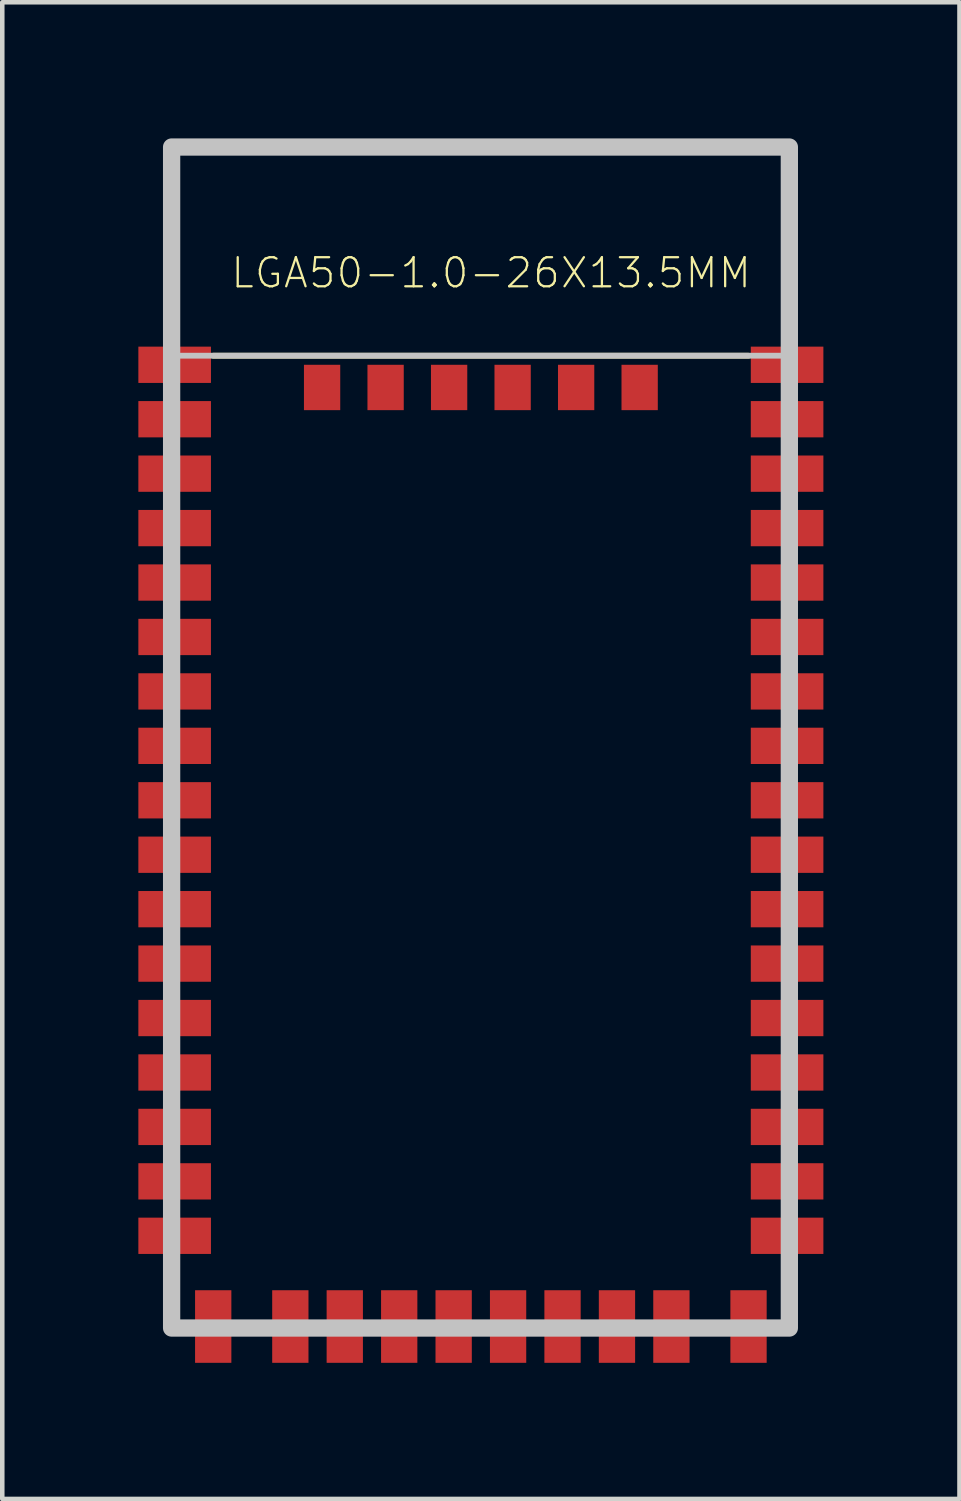
<source format=kicad_pcb>
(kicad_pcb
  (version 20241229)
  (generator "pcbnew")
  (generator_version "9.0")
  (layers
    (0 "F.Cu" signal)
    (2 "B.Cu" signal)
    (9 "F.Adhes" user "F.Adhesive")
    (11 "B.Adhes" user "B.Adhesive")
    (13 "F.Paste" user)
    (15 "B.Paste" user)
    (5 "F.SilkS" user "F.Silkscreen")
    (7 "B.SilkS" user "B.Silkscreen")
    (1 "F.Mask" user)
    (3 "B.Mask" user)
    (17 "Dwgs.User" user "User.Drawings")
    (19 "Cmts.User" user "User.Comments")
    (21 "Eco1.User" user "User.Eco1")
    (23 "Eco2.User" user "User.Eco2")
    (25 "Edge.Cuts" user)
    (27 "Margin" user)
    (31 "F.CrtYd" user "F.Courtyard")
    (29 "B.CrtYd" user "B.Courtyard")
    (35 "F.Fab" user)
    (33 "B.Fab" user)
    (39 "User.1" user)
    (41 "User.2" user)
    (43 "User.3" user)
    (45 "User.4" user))
  (footprint "LGA50-1.0-26X13.5MM"
    (layer "F.Cu")
    (at 7.55 13.191)
    (property "Reference" "LGA50-1.0-26X13.5MM" (at 0.226 -10.225 0) (layer "F.SilkS") (effects (font (size 0.641 0.641) (thickness 0.05))))
    (attr smd)
    (fp_line (start -6.8 13) (end -6.8 11.5) (stroke (width 0.127) (type solid)) (layer "F.SilkS"))
    (fp_line (start -6.4 13) (end -6.8 13) (stroke (width 0.127) (type solid)) (layer "F.SilkS"))
    (fp_line (start -5.9 -8.4) (end 5.9 -8.4) (stroke (width 0.127) (type solid)) (layer "F.SilkS"))
    (fp_line (start 6.4 13) (end 6.8 13) (stroke (width 0.127) (type solid)) (layer "F.SilkS"))
    (fp_line (start 6.8 13) (end 6.8 11.5) (stroke (width 0.127) (type solid)) (layer "F.SilkS"))
    (fp_line (start -6.75 -8.4) (end -6.75 13) (stroke (width 0.127) (type solid)) (layer "Dwgs.User"))
    (fp_line (start -6.75 -8.4) (end 6.75 -8.4) (stroke (width 0.127) (type solid)) (layer "Dwgs.User"))
    (fp_line (start -6.75 13) (end 6.75 13) (stroke (width 0.127) (type solid)) (layer "Dwgs.User"))
    (fp_line (start 6.75 13) (end 6.75 -8.4) (stroke (width 0.127) (type solid)) (layer "Dwgs.User"))
    (fp_poly (pts (xy -6.817 -13) (xy 6.8 -13) (xy 6.8 13.033) (xy -6.817 13.033)) (stroke (width 0.381) (type solid)) (fill no) (layer "Dwgs.User"))
    (pad "1" smd rect (at -6.75 -8.2) (size 1.6 0.8) (layers "F.Cu" "F.Mask" "F.Paste"))
    (pad "2" smd rect (at -6.75 -7) (size 1.6 0.8) (layers "F.Cu" "F.Mask" "F.Paste"))
    (pad "3" smd rect (at -6.75 -5.8) (size 1.6 0.8) (layers "F.Cu" "F.Mask" "F.Paste"))
    (pad "4" smd rect (at -6.75 -4.6) (size 1.6 0.8) (layers "F.Cu" "F.Mask" "F.Paste"))
    (pad "5" smd rect (at -6.75 -3.4) (size 1.6 0.8) (layers "F.Cu" "F.Mask" "F.Paste"))
    (pad "6" smd rect (at -6.75 -2.2) (size 1.6 0.8) (layers "F.Cu" "F.Mask" "F.Paste"))
    (pad "7" smd rect (at -6.75 -1) (size 1.6 0.8) (layers "F.Cu" "F.Mask" "F.Paste"))
    (pad "8" smd rect (at -6.75 0.2) (size 1.6 0.8) (layers "F.Cu" "F.Mask" "F.Paste"))
    (pad "9" smd rect (at -6.75 1.4) (size 1.6 0.8) (layers "F.Cu" "F.Mask" "F.Paste"))
    (pad "10" smd rect (at -6.75 2.6) (size 1.6 0.8) (layers "F.Cu" "F.Mask" "F.Paste"))
    (pad "11" smd rect (at -6.75 3.8) (size 1.6 0.8) (layers "F.Cu" "F.Mask" "F.Paste"))
    (pad "12" smd rect (at -6.75 5) (size 1.6 0.8) (layers "F.Cu" "F.Mask" "F.Paste"))
    (pad "13" smd rect (at -6.75 6.2) (size 1.6 0.8) (layers "F.Cu" "F.Mask" "F.Paste"))
    (pad "14" smd rect (at -6.75 7.4) (size 1.6 0.8) (layers "F.Cu" "F.Mask" "F.Paste"))
    (pad "15" smd rect (at -6.75 8.6) (size 1.6 0.8) (layers "F.Cu" "F.Mask" "F.Paste"))
    (pad "16" smd rect (at -6.75 9.8) (size 1.6 0.8) (layers "F.Cu" "F.Mask" "F.Paste"))
    (pad "17" smd rect (at -6.75 11) (size 1.6 0.8) (layers "F.Cu" "F.Mask" "F.Paste"))
    (pad "18" smd rect (at -5.9 13 90) (size 1.6 0.8) (layers "F.Cu" "F.Mask" "F.Paste"))
    (pad "19" smd rect (at -4.2 13 90) (size 1.6 0.8) (layers "F.Cu" "F.Mask" "F.Paste"))
    (pad "20" smd rect (at -3 13 90) (size 1.6 0.8) (layers "F.Cu" "F.Mask" "F.Paste"))
    (pad "21" smd rect (at -1.8 13 90) (size 1.6 0.8) (layers "F.Cu" "F.Mask" "F.Paste"))
    (pad "22" smd rect (at -0.6 13 90) (size 1.6 0.8) (layers "F.Cu" "F.Mask" "F.Paste"))
    (pad "23" smd rect (at 0.6 13 90) (size 1.6 0.8) (layers "F.Cu" "F.Mask" "F.Paste"))
    (pad "24" smd rect (at 1.8 13 90) (size 1.6 0.8) (layers "F.Cu" "F.Mask" "F.Paste"))
    (pad "25" smd rect (at 3 13 90) (size 1.6 0.8) (layers "F.Cu" "F.Mask" "F.Paste"))
    (pad "26" smd rect (at 4.2 13 90) (size 1.6 0.8) (layers "F.Cu" "F.Mask" "F.Paste"))
    (pad "27" smd rect (at 5.9 13 90) (size 1.6 0.8) (layers "F.Cu" "F.Mask" "F.Paste"))
    (pad "28" smd rect (at 6.75 11) (size 1.6 0.8) (layers "F.Cu" "F.Mask" "F.Paste"))
    (pad "29" smd rect (at 6.75 9.8) (size 1.6 0.8) (layers "F.Cu" "F.Mask" "F.Paste"))
    (pad "30" smd rect (at 6.75 8.6) (size 1.6 0.8) (layers "F.Cu" "F.Mask" "F.Paste"))
    (pad "31" smd rect (at 6.75 7.4) (size 1.6 0.8) (layers "F.Cu" "F.Mask" "F.Paste"))
    (pad "32" smd rect (at 6.75 6.2) (size 1.6 0.8) (layers "F.Cu" "F.Mask" "F.Paste"))
    (pad "33" smd rect (at 6.75 5) (size 1.6 0.8) (layers "F.Cu" "F.Mask" "F.Paste"))
    (pad "34" smd rect (at 6.75 3.8) (size 1.6 0.8) (layers "F.Cu" "F.Mask" "F.Paste"))
    (pad "35" smd rect (at 6.75 2.6) (size 1.6 0.8) (layers "F.Cu" "F.Mask" "F.Paste"))
    (pad "36" smd rect (at 6.75 1.4) (size 1.6 0.8) (layers "F.Cu" "F.Mask" "F.Paste"))
    (pad "37" smd rect (at 6.75 0.2) (size 1.6 0.8) (layers "F.Cu" "F.Mask" "F.Paste"))
    (pad "38" smd rect (at 6.75 -1) (size 1.6 0.8) (layers "F.Cu" "F.Mask" "F.Paste"))
    (pad "39" smd rect (at 6.75 -2.2) (size 1.6 0.8) (layers "F.Cu" "F.Mask" "F.Paste"))
    (pad "40" smd rect (at 6.75 -3.4) (size 1.6 0.8) (layers "F.Cu" "F.Mask" "F.Paste"))
    (pad "41" smd rect (at 6.75 -4.6) (size 1.6 0.8) (layers "F.Cu" "F.Mask" "F.Paste"))
    (pad "42" smd rect (at 6.75 -5.8) (size 1.6 0.8) (layers "F.Cu" "F.Mask" "F.Paste"))
    (pad "43" smd rect (at 6.75 -7) (size 1.6 0.8) (layers "F.Cu" "F.Mask" "F.Paste"))
    (pad "44" smd rect (at 6.75 -8.2) (size 1.6 0.8) (layers "F.Cu" "F.Mask" "F.Paste"))
    (pad "45" smd rect (at 3.5 -7.7) (size 0.8 1) (layers "F.Cu" "F.Mask" "F.Paste"))
    (pad "46" smd rect (at 2.1 -7.7) (size 0.8 1) (layers "F.Cu" "F.Mask" "F.Paste"))
    (pad "47" smd rect (at 0.7 -7.7) (size 0.8 1) (layers "F.Cu" "F.Mask" "F.Paste"))
    (pad "48" smd rect (at -0.7 -7.7) (size 0.8 1) (layers "F.Cu" "F.Mask" "F.Paste"))
    (pad "49" smd rect (at -2.1 -7.7) (size 0.8 1) (layers "F.Cu" "F.Mask" "F.Paste"))
    (pad "50" smd rect (at -3.5 -7.7) (size 0.8 1) (layers "F.Cu" "F.Mask" "F.Paste")))
  (gr_rect
    (start -3 -3)
    (end 18.1 29.991)
    (stroke (width 0.1) (type default))
    (fill no)
    (layer "Edge.Cuts")))
</source>
